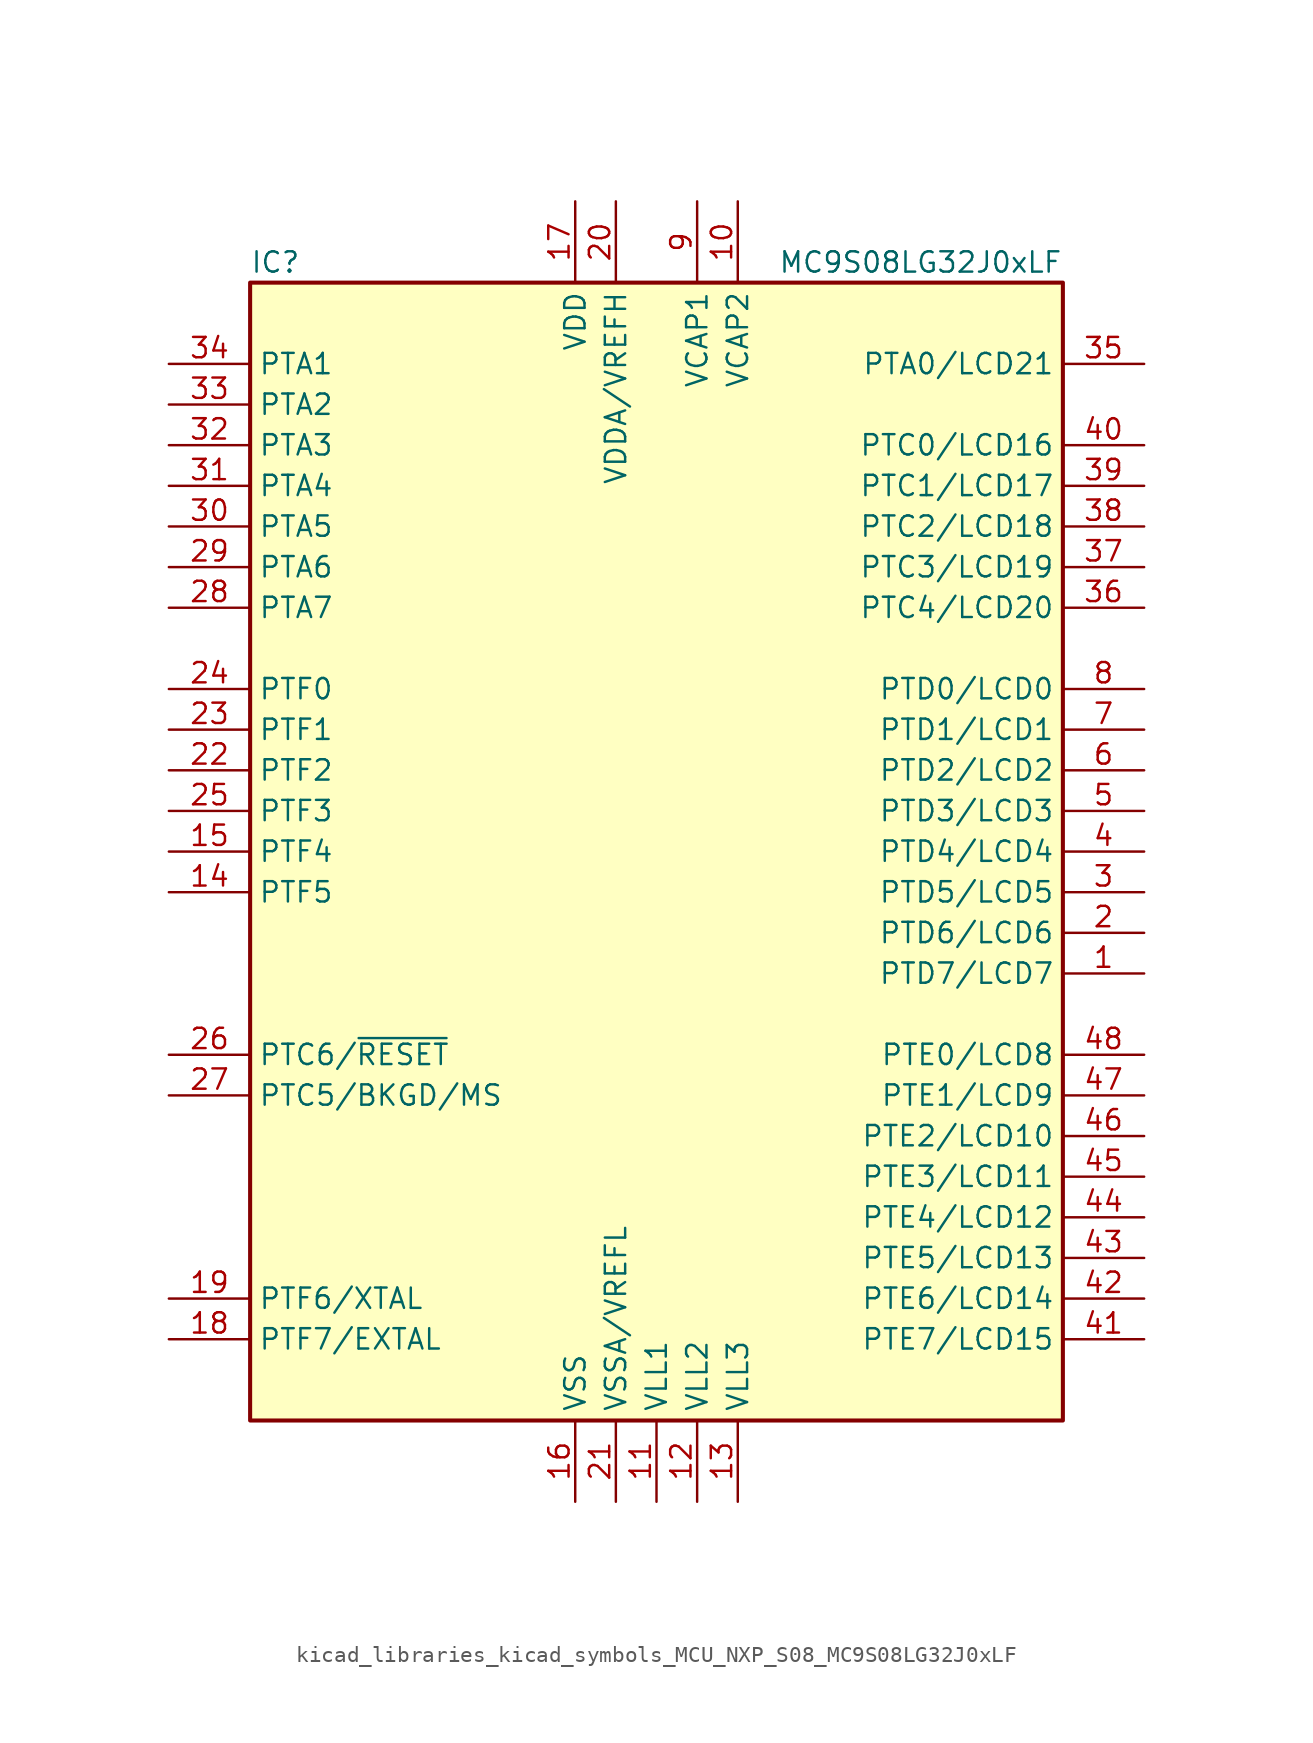
<source format=kicad_sym>
(kicad_symbol_lib
  (version 20220914)
  (generator kicad_symbol_editor)
  (symbol "kicad_libraries_kicad_symbols_MCU_NXP_S08_MC9S08LG32J0xLF"
    (property "Reference" "IC"
      (at -25.4 36.83 0)
      (effects (font (size 1.27 1.27)) (justify left)))
    (property "Value" "MC9S08LG32J0xLF"
      (at 25.4 36.83 0)
      (effects (font (size 1.27 1.27)) (justify right)))
    (symbol "kicad_libraries_kicad_symbols_MCU_NXP_S08_MC9S08LG32J0xLF_0_1"
      (rectangle (start -25.4 35.56) (end 25.4 -35.56) (stroke (width 0.254) (type default)) (fill (type background))))
    (symbol "kicad_libraries_kicad_symbols_MCU_NXP_S08_MC9S08LG32J0xLF_1_1"
      (pin bidirectional line (at 30.48 -7.62 180) (length 5.08) (name "PTD7/LCD7" (effects (font (size 1.27 1.27)))) (number "1" (effects (font (size 1.27 1.27)))))
      (pin power_in line (at 5.08 40.64 270) (length 5.08) (name "VCAP2" (effects (font (size 1.27 1.27)))) (number "10" (effects (font (size 1.27 1.27)))))
      (pin power_in line (at 0 -40.64 90) (length 5.08) (name "VLL1" (effects (font (size 1.27 1.27)))) (number "11" (effects (font (size 1.27 1.27)))))
      (pin power_in line (at 2.54 -40.64 90) (length 5.08) (name "VLL2" (effects (font (size 1.27 1.27)))) (number "12" (effects (font (size 1.27 1.27)))))
      (pin power_in line (at 5.08 -40.64 90) (length 5.08) (name "VLL3" (effects (font (size 1.27 1.27)))) (number "13" (effects (font (size 1.27 1.27)))))
      (pin bidirectional line (at -30.48 -2.54 0) (length 5.08) (name "PTF5" (effects (font (size 1.27 1.27)))) (number "14" (effects (font (size 1.27 1.27)))))
      (pin bidirectional line (at -30.48 0 0) (length 5.08) (name "PTF4" (effects (font (size 1.27 1.27)))) (number "15" (effects (font (size 1.27 1.27)))))
      (pin power_in line (at -5.08 -40.64 90) (length 5.08) (name "VSS" (effects (font (size 1.27 1.27)))) (number "16" (effects (font (size 1.27 1.27)))))
      (pin power_in line (at -5.08 40.64 270) (length 5.08) (name "VDD" (effects (font (size 1.27 1.27)))) (number "17" (effects (font (size 1.27 1.27)))))
      (pin bidirectional line (at -30.48 -30.48 0) (length 5.08) (name "PTF7/EXTAL" (effects (font (size 1.27 1.27)))) (number "18" (effects (font (size 1.27 1.27)))))
      (pin bidirectional line (at -30.48 -27.94 0) (length 5.08) (name "PTF6/XTAL" (effects (font (size 1.27 1.27)))) (number "19" (effects (font (size 1.27 1.27)))))
      (pin bidirectional line (at 30.48 -5.08 180) (length 5.08) (name "PTD6/LCD6" (effects (font (size 1.27 1.27)))) (number "2" (effects (font (size 1.27 1.27)))))
      (pin power_in line (at -2.54 40.64 270) (length 5.08) (name "VDDA/VREFH" (effects (font (size 1.27 1.27)))) (number "20" (effects (font (size 1.27 1.27)))))
      (pin power_in line (at -2.54 -40.64 90) (length 5.08) (name "VSSA/VREFL" (effects (font (size 1.27 1.27)))) (number "21" (effects (font (size 1.27 1.27)))))
      (pin bidirectional line (at -30.48 5.08 0) (length 5.08) (name "PTF2" (effects (font (size 1.27 1.27)))) (number "22" (effects (font (size 1.27 1.27)))))
      (pin bidirectional line (at -30.48 7.62 0) (length 5.08) (name "PTF1" (effects (font (size 1.27 1.27)))) (number "23" (effects (font (size 1.27 1.27)))))
      (pin bidirectional line (at -30.48 10.16 0) (length 5.08) (name "PTF0" (effects (font (size 1.27 1.27)))) (number "24" (effects (font (size 1.27 1.27)))))
      (pin bidirectional line (at -30.48 2.54 0) (length 5.08) (name "PTF3" (effects (font (size 1.27 1.27)))) (number "25" (effects (font (size 1.27 1.27)))))
      (pin bidirectional line (at -30.48 -12.7 0) (length 5.08) (name "PTC6/~{RESET}" (effects (font (size 1.27 1.27)))) (number "26" (effects (font (size 1.27 1.27)))))
      (pin bidirectional line (at -30.48 -15.24 0) (length 5.08) (name "PTC5/BKGD/MS" (effects (font (size 1.27 1.27)))) (number "27" (effects (font (size 1.27 1.27)))))
      (pin bidirectional line (at -30.48 15.24 0) (length 5.08) (name "PTA7" (effects (font (size 1.27 1.27)))) (number "28" (effects (font (size 1.27 1.27)))))
      (pin bidirectional line (at -30.48 17.78 0) (length 5.08) (name "PTA6" (effects (font (size 1.27 1.27)))) (number "29" (effects (font (size 1.27 1.27)))))
      (pin bidirectional line (at 30.48 -2.54 180) (length 5.08) (name "PTD5/LCD5" (effects (font (size 1.27 1.27)))) (number "3" (effects (font (size 1.27 1.27)))))
      (pin bidirectional line (at -30.48 20.32 0) (length 5.08) (name "PTA5" (effects (font (size 1.27 1.27)))) (number "30" (effects (font (size 1.27 1.27)))))
      (pin bidirectional line (at -30.48 22.86 0) (length 5.08) (name "PTA4" (effects (font (size 1.27 1.27)))) (number "31" (effects (font (size 1.27 1.27)))))
      (pin bidirectional line (at -30.48 25.4 0) (length 5.08) (name "PTA3" (effects (font (size 1.27 1.27)))) (number "32" (effects (font (size 1.27 1.27)))))
      (pin bidirectional line (at -30.48 27.94 0) (length 5.08) (name "PTA2" (effects (font (size 1.27 1.27)))) (number "33" (effects (font (size 1.27 1.27)))))
      (pin bidirectional line (at -30.48 30.48 0) (length 5.08) (name "PTA1" (effects (font (size 1.27 1.27)))) (number "34" (effects (font (size 1.27 1.27)))))
      (pin bidirectional line (at 30.48 30.48 180) (length 5.08) (name "PTA0/LCD21" (effects (font (size 1.27 1.27)))) (number "35" (effects (font (size 1.27 1.27)))))
      (pin bidirectional line (at 30.48 15.24 180) (length 5.08) (name "PTC4/LCD20" (effects (font (size 1.27 1.27)))) (number "36" (effects (font (size 1.27 1.27)))))
      (pin bidirectional line (at 30.48 17.78 180) (length 5.08) (name "PTC3/LCD19" (effects (font (size 1.27 1.27)))) (number "37" (effects (font (size 1.27 1.27)))))
      (pin bidirectional line (at 30.48 20.32 180) (length 5.08) (name "PTC2/LCD18" (effects (font (size 1.27 1.27)))) (number "38" (effects (font (size 1.27 1.27)))))
      (pin bidirectional line (at 30.48 22.86 180) (length 5.08) (name "PTC1/LCD17" (effects (font (size 1.27 1.27)))) (number "39" (effects (font (size 1.27 1.27)))))
      (pin bidirectional line (at 30.48 0 180) (length 5.08) (name "PTD4/LCD4" (effects (font (size 1.27 1.27)))) (number "4" (effects (font (size 1.27 1.27)))))
      (pin bidirectional line (at 30.48 25.4 180) (length 5.08) (name "PTC0/LCD16" (effects (font (size 1.27 1.27)))) (number "40" (effects (font (size 1.27 1.27)))))
      (pin bidirectional line (at 30.48 -30.48 180) (length 5.08) (name "PTE7/LCD15" (effects (font (size 1.27 1.27)))) (number "41" (effects (font (size 1.27 1.27)))))
      (pin bidirectional line (at 30.48 -27.94 180) (length 5.08) (name "PTE6/LCD14" (effects (font (size 1.27 1.27)))) (number "42" (effects (font (size 1.27 1.27)))))
      (pin bidirectional line (at 30.48 -25.4 180) (length 5.08) (name "PTE5/LCD13" (effects (font (size 1.27 1.27)))) (number "43" (effects (font (size 1.27 1.27)))))
      (pin bidirectional line (at 30.48 -22.86 180) (length 5.08) (name "PTE4/LCD12" (effects (font (size 1.27 1.27)))) (number "44" (effects (font (size 1.27 1.27)))))
      (pin bidirectional line (at 30.48 -20.32 180) (length 5.08) (name "PTE3/LCD11" (effects (font (size 1.27 1.27)))) (number "45" (effects (font (size 1.27 1.27)))))
      (pin bidirectional line (at 30.48 -17.78 180) (length 5.08) (name "PTE2/LCD10" (effects (font (size 1.27 1.27)))) (number "46" (effects (font (size 1.27 1.27)))))
      (pin bidirectional line (at 30.48 -15.24 180) (length 5.08) (name "PTE1/LCD9" (effects (font (size 1.27 1.27)))) (number "47" (effects (font (size 1.27 1.27)))))
      (pin bidirectional line (at 30.48 -12.7 180) (length 5.08) (name "PTE0/LCD8" (effects (font (size 1.27 1.27)))) (number "48" (effects (font (size 1.27 1.27)))))
      (pin bidirectional line (at 30.48 2.54 180) (length 5.08) (name "PTD3/LCD3" (effects (font (size 1.27 1.27)))) (number "5" (effects (font (size 1.27 1.27)))))
      (pin bidirectional line (at 30.48 5.08 180) (length 5.08) (name "PTD2/LCD2" (effects (font (size 1.27 1.27)))) (number "6" (effects (font (size 1.27 1.27)))))
      (pin bidirectional line (at 30.48 7.62 180) (length 5.08) (name "PTD1/LCD1" (effects (font (size 1.27 1.27)))) (number "7" (effects (font (size 1.27 1.27)))))
      (pin bidirectional line (at 30.48 10.16 180) (length 5.08) (name "PTD0/LCD0" (effects (font (size 1.27 1.27)))) (number "8" (effects (font (size 1.27 1.27)))))
      (pin power_in line (at 2.54 40.64 270) (length 5.08) (name "VCAP1" (effects (font (size 1.27 1.27)))) (number "9" (effects (font (size 1.27 1.27))))))))
</source>
